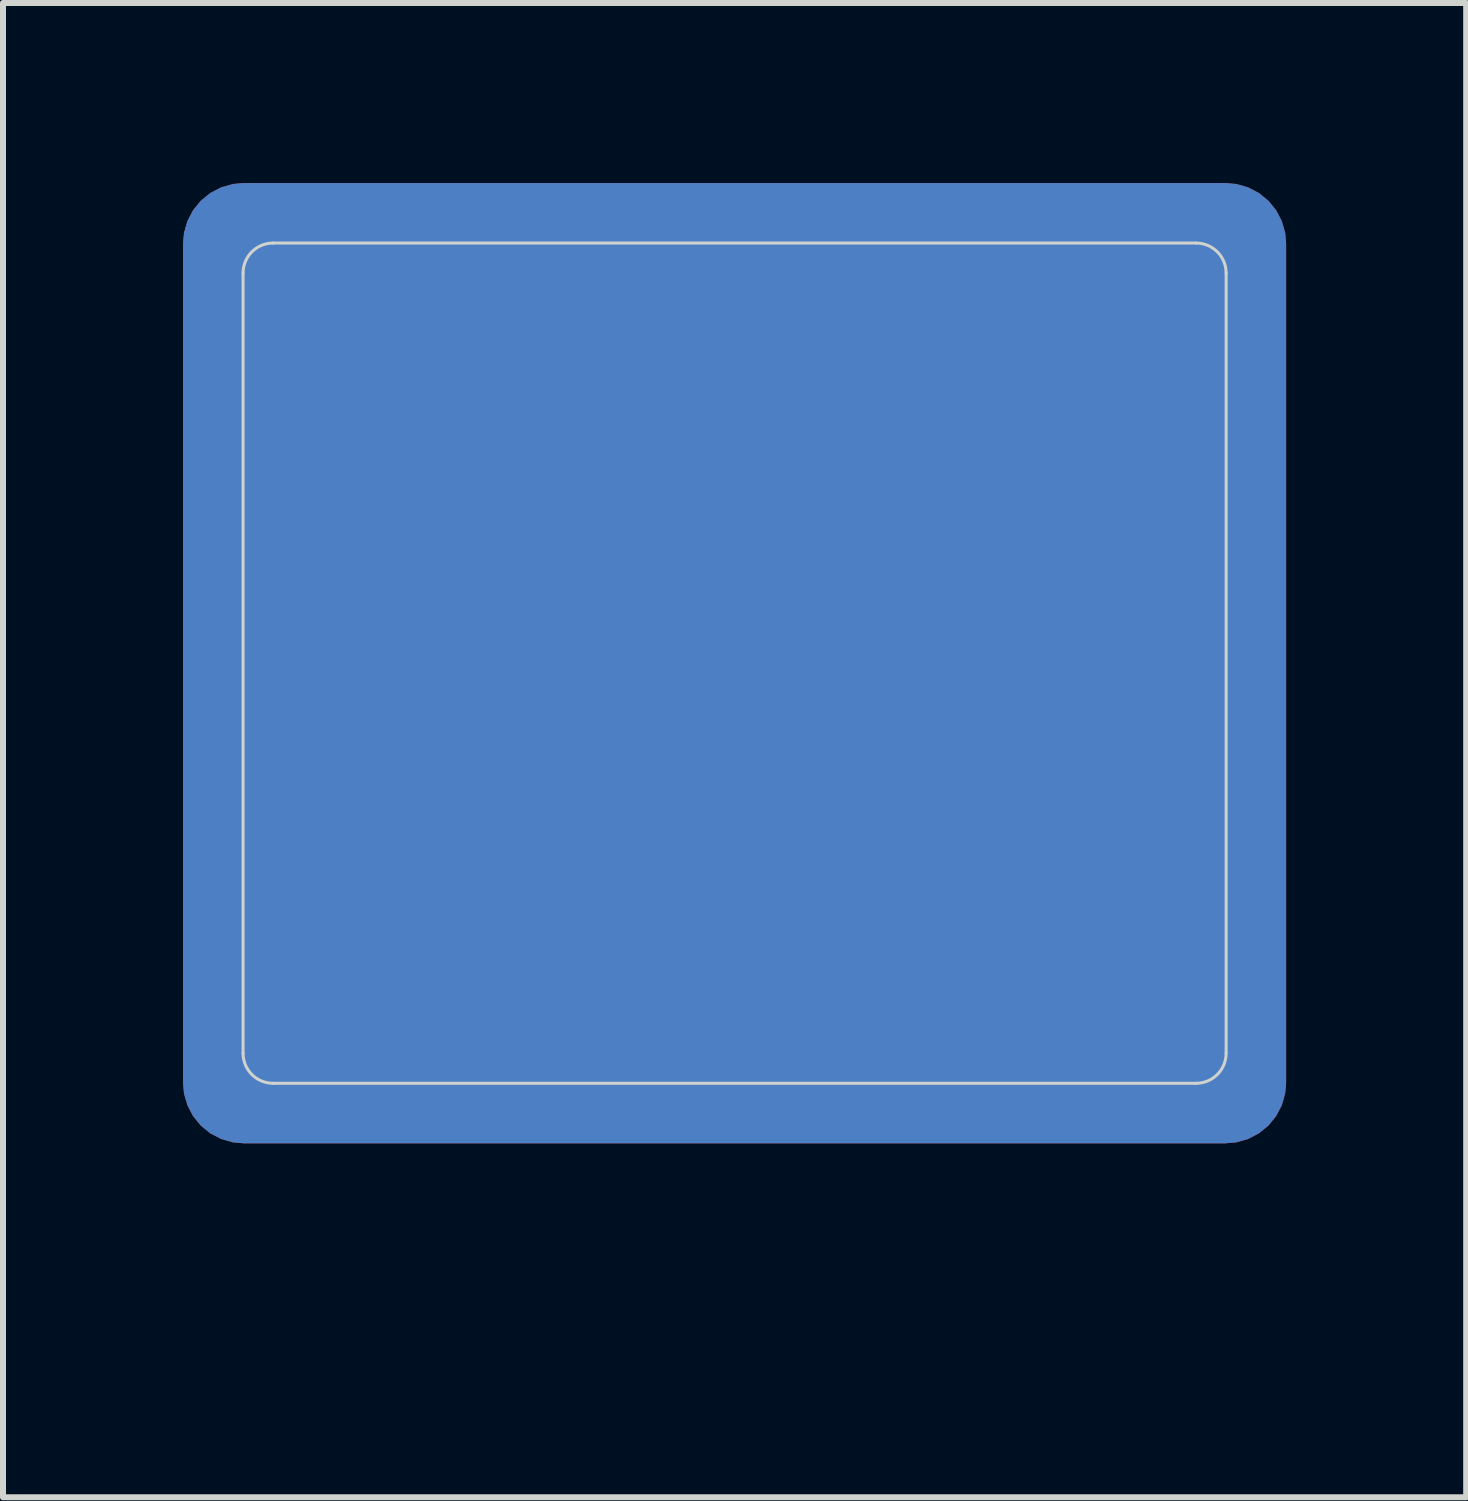
<source format=kicad_pcb>
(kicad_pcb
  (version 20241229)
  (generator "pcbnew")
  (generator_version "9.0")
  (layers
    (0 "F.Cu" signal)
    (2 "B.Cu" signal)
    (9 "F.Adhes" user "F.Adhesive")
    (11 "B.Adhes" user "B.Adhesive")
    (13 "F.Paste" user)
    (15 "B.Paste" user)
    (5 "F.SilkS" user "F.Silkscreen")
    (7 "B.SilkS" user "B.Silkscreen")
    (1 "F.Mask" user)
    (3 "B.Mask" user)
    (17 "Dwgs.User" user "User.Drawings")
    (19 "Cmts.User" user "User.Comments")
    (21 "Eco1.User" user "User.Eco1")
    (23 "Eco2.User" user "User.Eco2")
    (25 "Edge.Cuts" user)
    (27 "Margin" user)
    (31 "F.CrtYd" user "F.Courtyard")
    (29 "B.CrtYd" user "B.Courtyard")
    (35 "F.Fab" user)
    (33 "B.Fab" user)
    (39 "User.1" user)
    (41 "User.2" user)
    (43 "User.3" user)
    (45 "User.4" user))
  (footprint "MX_Cutout_1u_Double"
    (layer "F.Cu")
    (at 9.19 8)
    (property "Reference" "MX_Cutout_1u_Double" (at 0.25 10.05 0) (layer "Eco2.User") (effects (font (size 1 1) (thickness 0.15))))
    (attr through_hole)
    (fp_line (start -8.19 -6.5) (end -8.19 6.5) (stroke (width 0.05) (type solid)) (layer "Edge.Cuts"))
    (fp_line (start -7.69 7) (end 7.69 7) (stroke (width 0.05) (type solid)) (layer "Edge.Cuts"))
    (fp_line (start 7.69 -7) (end -7.69 -7) (stroke (width 0.05) (type solid)) (layer "Edge.Cuts"))
    (fp_line (start 8.19 6.5) (end 8.19 -6.5) (stroke (width 0.05) (type solid)) (layer "Edge.Cuts"))
    (fp_arc (start -8.19 -6.5) (mid -8.043553 -6.853553) (end -7.69 -7) (stroke (width 0.05) (type solid)) (layer "Edge.Cuts"))
    (fp_arc (start -7.69 7) (mid -8.043553 6.853553) (end -8.19 6.5) (stroke (width 0.05) (type solid)) (layer "Edge.Cuts"))
    (fp_arc (start 7.69 -7) (mid 8.043553 -6.853553) (end 8.19 -6.5) (stroke (width 0.05) (type solid)) (layer "Edge.Cuts"))
    (fp_arc (start 8.19 6.5) (mid 8.043553 6.853553) (end 7.69 7) (stroke (width 0.05) (type solid)) (layer "Edge.Cuts"))
    (pad "1" smd roundrect (at 0 0 180) (size 18.38 16) (layers "F.Cu" "F.Mask") (roundrect_rratio 0.063))
    (pad "1" smd roundrect (at 0 0 180) (size 18.38 16) (layers "B.Cu" "B.Mask") (roundrect_rratio 0.063)))
  (gr_rect
    (start -3 -3)
    (end 21.38 21.898)
    (stroke (width 0.1) (type default))
    (fill no)
    (layer "Edge.Cuts")))
</source>
